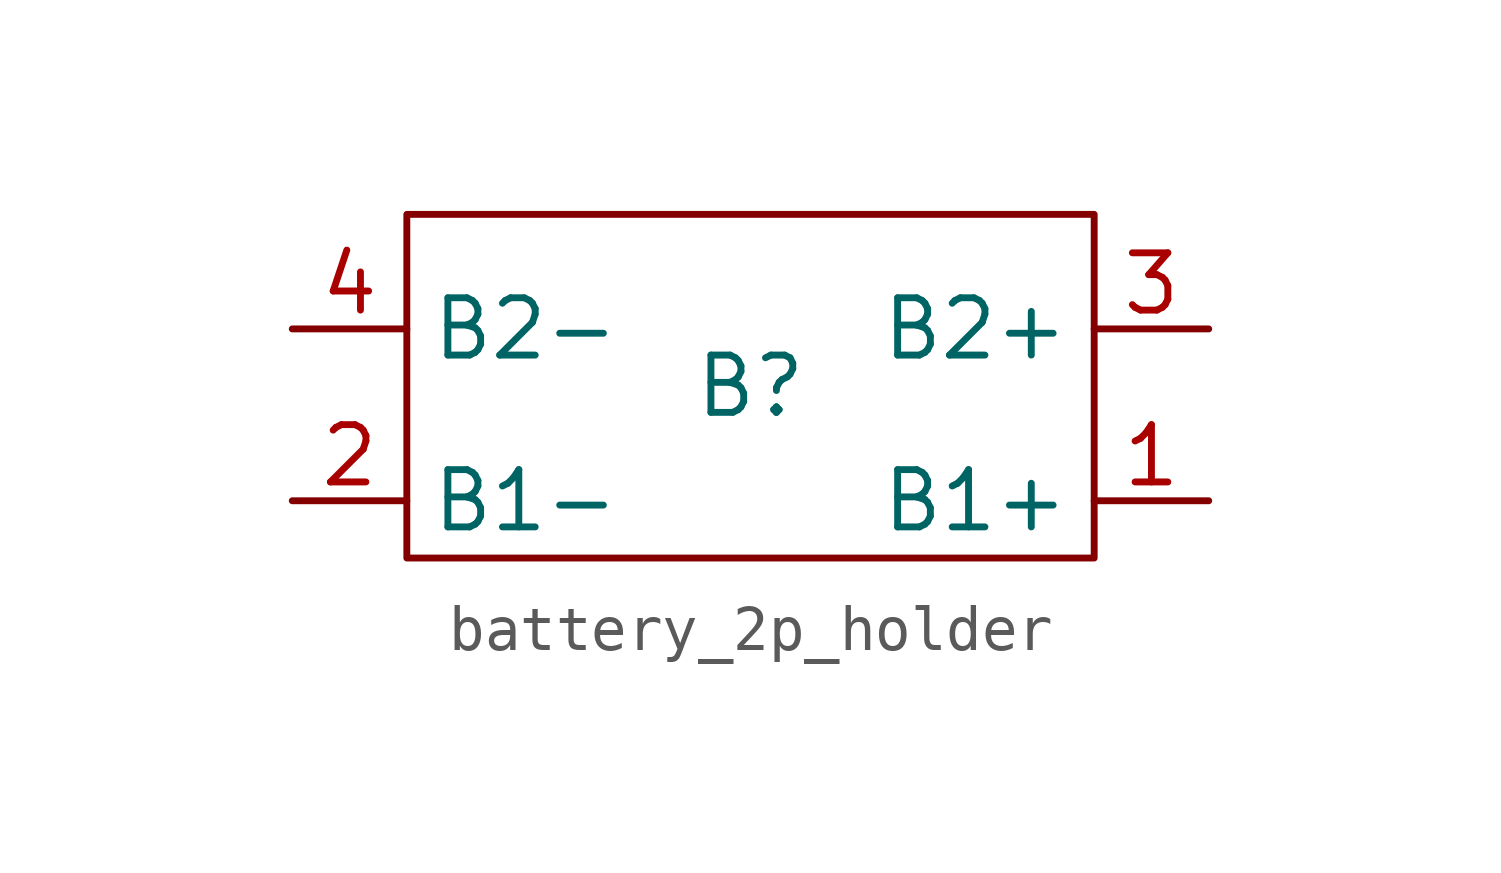
<source format=kicad_sym>
(kicad_symbol_lib
  (version 20220914)
  (generator kicad_symbol_editor)
  (symbol "battery_2p_holder"
    (property "Reference" "B"
      (at 0 0 0)
      (effects (font (size 1.27 1.27))))
    (property "Value" ""
      (at 0 0 0)
      (effects (font (size 1.27 1.27))))
    (symbol "battery_2p_holder_0_0"
      (pin unspecified line (at 10.16 -2.54 180) (length 2.54) (name "B1+" (effects (font (size 1.27 1.27)))) (number "1" (effects (font (size 1.27 1.27)))))
      (pin unspecified line (at -10.16 -2.54 0) (length 2.54) (name "B1-" (effects (font (size 1.27 1.27)))) (number "2" (effects (font (size 1.27 1.27)))))
      (pin unspecified line (at 10.16 1.27 180) (length 2.54) (name "B2+" (effects (font (size 1.27 1.27)))) (number "3" (effects (font (size 1.27 1.27)))))
      (pin unspecified line (at -10.16 1.27 0) (length 2.54) (name "B2-" (effects (font (size 1.27 1.27)))) (number "4" (effects (font (size 1.27 1.27))))))
    (symbol "battery_2p_holder_0_1"
      (rectangle (start -7.62 3.81) (end 7.62 -3.81) (stroke (width 0) (type default)) (fill (type none))))))
</source>
